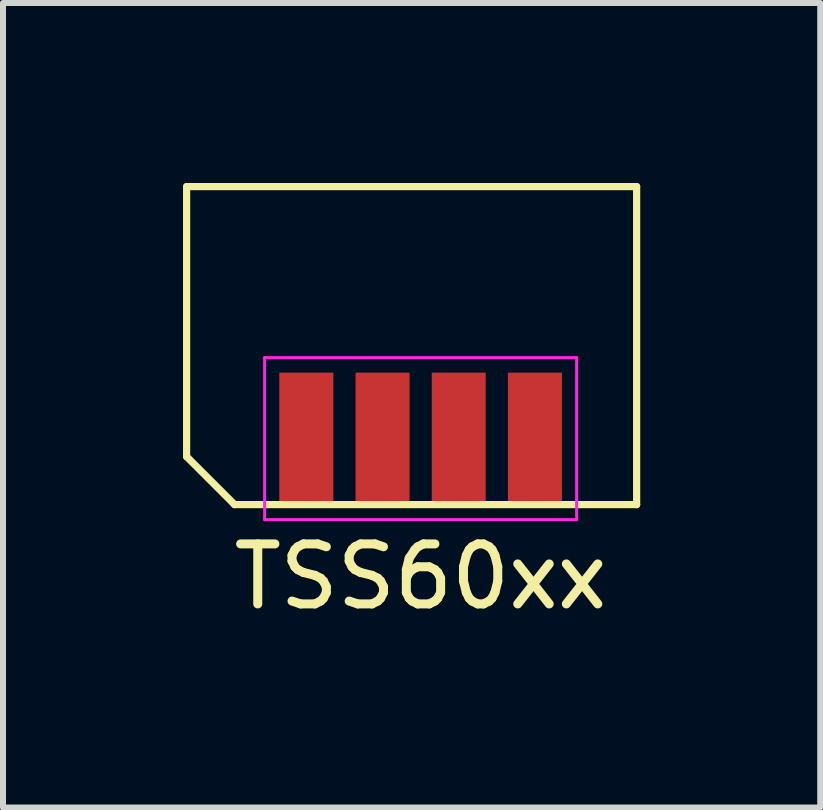
<source format=kicad_pcb>
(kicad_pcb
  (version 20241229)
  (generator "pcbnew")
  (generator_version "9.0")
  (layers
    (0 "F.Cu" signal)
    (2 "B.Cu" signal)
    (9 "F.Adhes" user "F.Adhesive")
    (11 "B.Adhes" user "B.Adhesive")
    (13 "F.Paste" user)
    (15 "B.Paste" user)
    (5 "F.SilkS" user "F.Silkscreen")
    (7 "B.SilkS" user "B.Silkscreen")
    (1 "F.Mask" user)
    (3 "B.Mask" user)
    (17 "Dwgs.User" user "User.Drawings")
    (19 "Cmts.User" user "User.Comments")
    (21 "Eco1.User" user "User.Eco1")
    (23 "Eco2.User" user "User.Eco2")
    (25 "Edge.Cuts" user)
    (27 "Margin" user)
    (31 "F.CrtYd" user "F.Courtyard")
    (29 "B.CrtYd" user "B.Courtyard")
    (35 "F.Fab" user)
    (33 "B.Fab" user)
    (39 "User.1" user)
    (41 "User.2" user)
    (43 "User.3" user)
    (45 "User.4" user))
  (footprint "TSS60xx"
    (layer "F.Cu")
    (at 3.96 2.56)
    (property "Reference" "TSS60xx" (at 0 4 0) (layer "F.SilkS") (effects (font (size 1 1) (thickness 0.15))))
    (attr through_hole)
    (fp_line (start -3.9 -2.5) (end 3.6 -2.5) (stroke (width 0.12) (type default)) (layer "F.SilkS"))
    (fp_line (start -3.9 2) (end -3.9 -2.5) (stroke (width 0.12) (type default)) (layer "F.SilkS"))
    (fp_line (start -3.1 2.8) (end -3.9 2) (stroke (width 0.12) (type default)) (layer "F.SilkS"))
    (fp_line (start 3.6 -2.5) (end 3.6 2.8) (stroke (width 0.12) (type default)) (layer "F.SilkS"))
    (fp_line (start 3.6 2.8) (end -3.1 2.8) (stroke (width 0.12) (type default)) (layer "F.SilkS"))
    (fp_line (start -2.6 0.35) (end 2.6 0.35) (stroke (width 0.05) (type default)) (layer "F.CrtYd"))
    (fp_line (start -2.6 3.05) (end -2.6 0.35) (stroke (width 0.05) (type default)) (layer "F.CrtYd"))
    (fp_line (start 2.6 0.35) (end 2.6 3.05) (stroke (width 0.05) (type default)) (layer "F.CrtYd"))
    (fp_line (start 2.6 3.05) (end -2.6 3.05) (stroke (width 0.05) (type default)) (layer "F.CrtYd"))
    (pad "1" smd rect (at -1.905 1.7) (size 0.9 2.2) (layers "F.Cu" "F.Mask" "F.Paste"))
    (pad "2" smd rect (at -0.635 1.7) (size 0.9 2.2) (layers "F.Cu" "F.Mask" "F.Paste"))
    (pad "3" smd rect (at 0.635 1.7) (size 0.9 2.2) (layers "F.Cu" "F.Mask" "F.Paste"))
    (pad "4" smd rect (at 1.905 1.7) (size 0.9 2.2) (layers "F.Cu" "F.Mask" "F.Paste")))
  (gr_rect
    (start -3 -3)
    (end 10.62 10.408)
    (stroke (width 0.1) (type default))
    (fill no)
    (layer "Edge.Cuts")))
</source>
